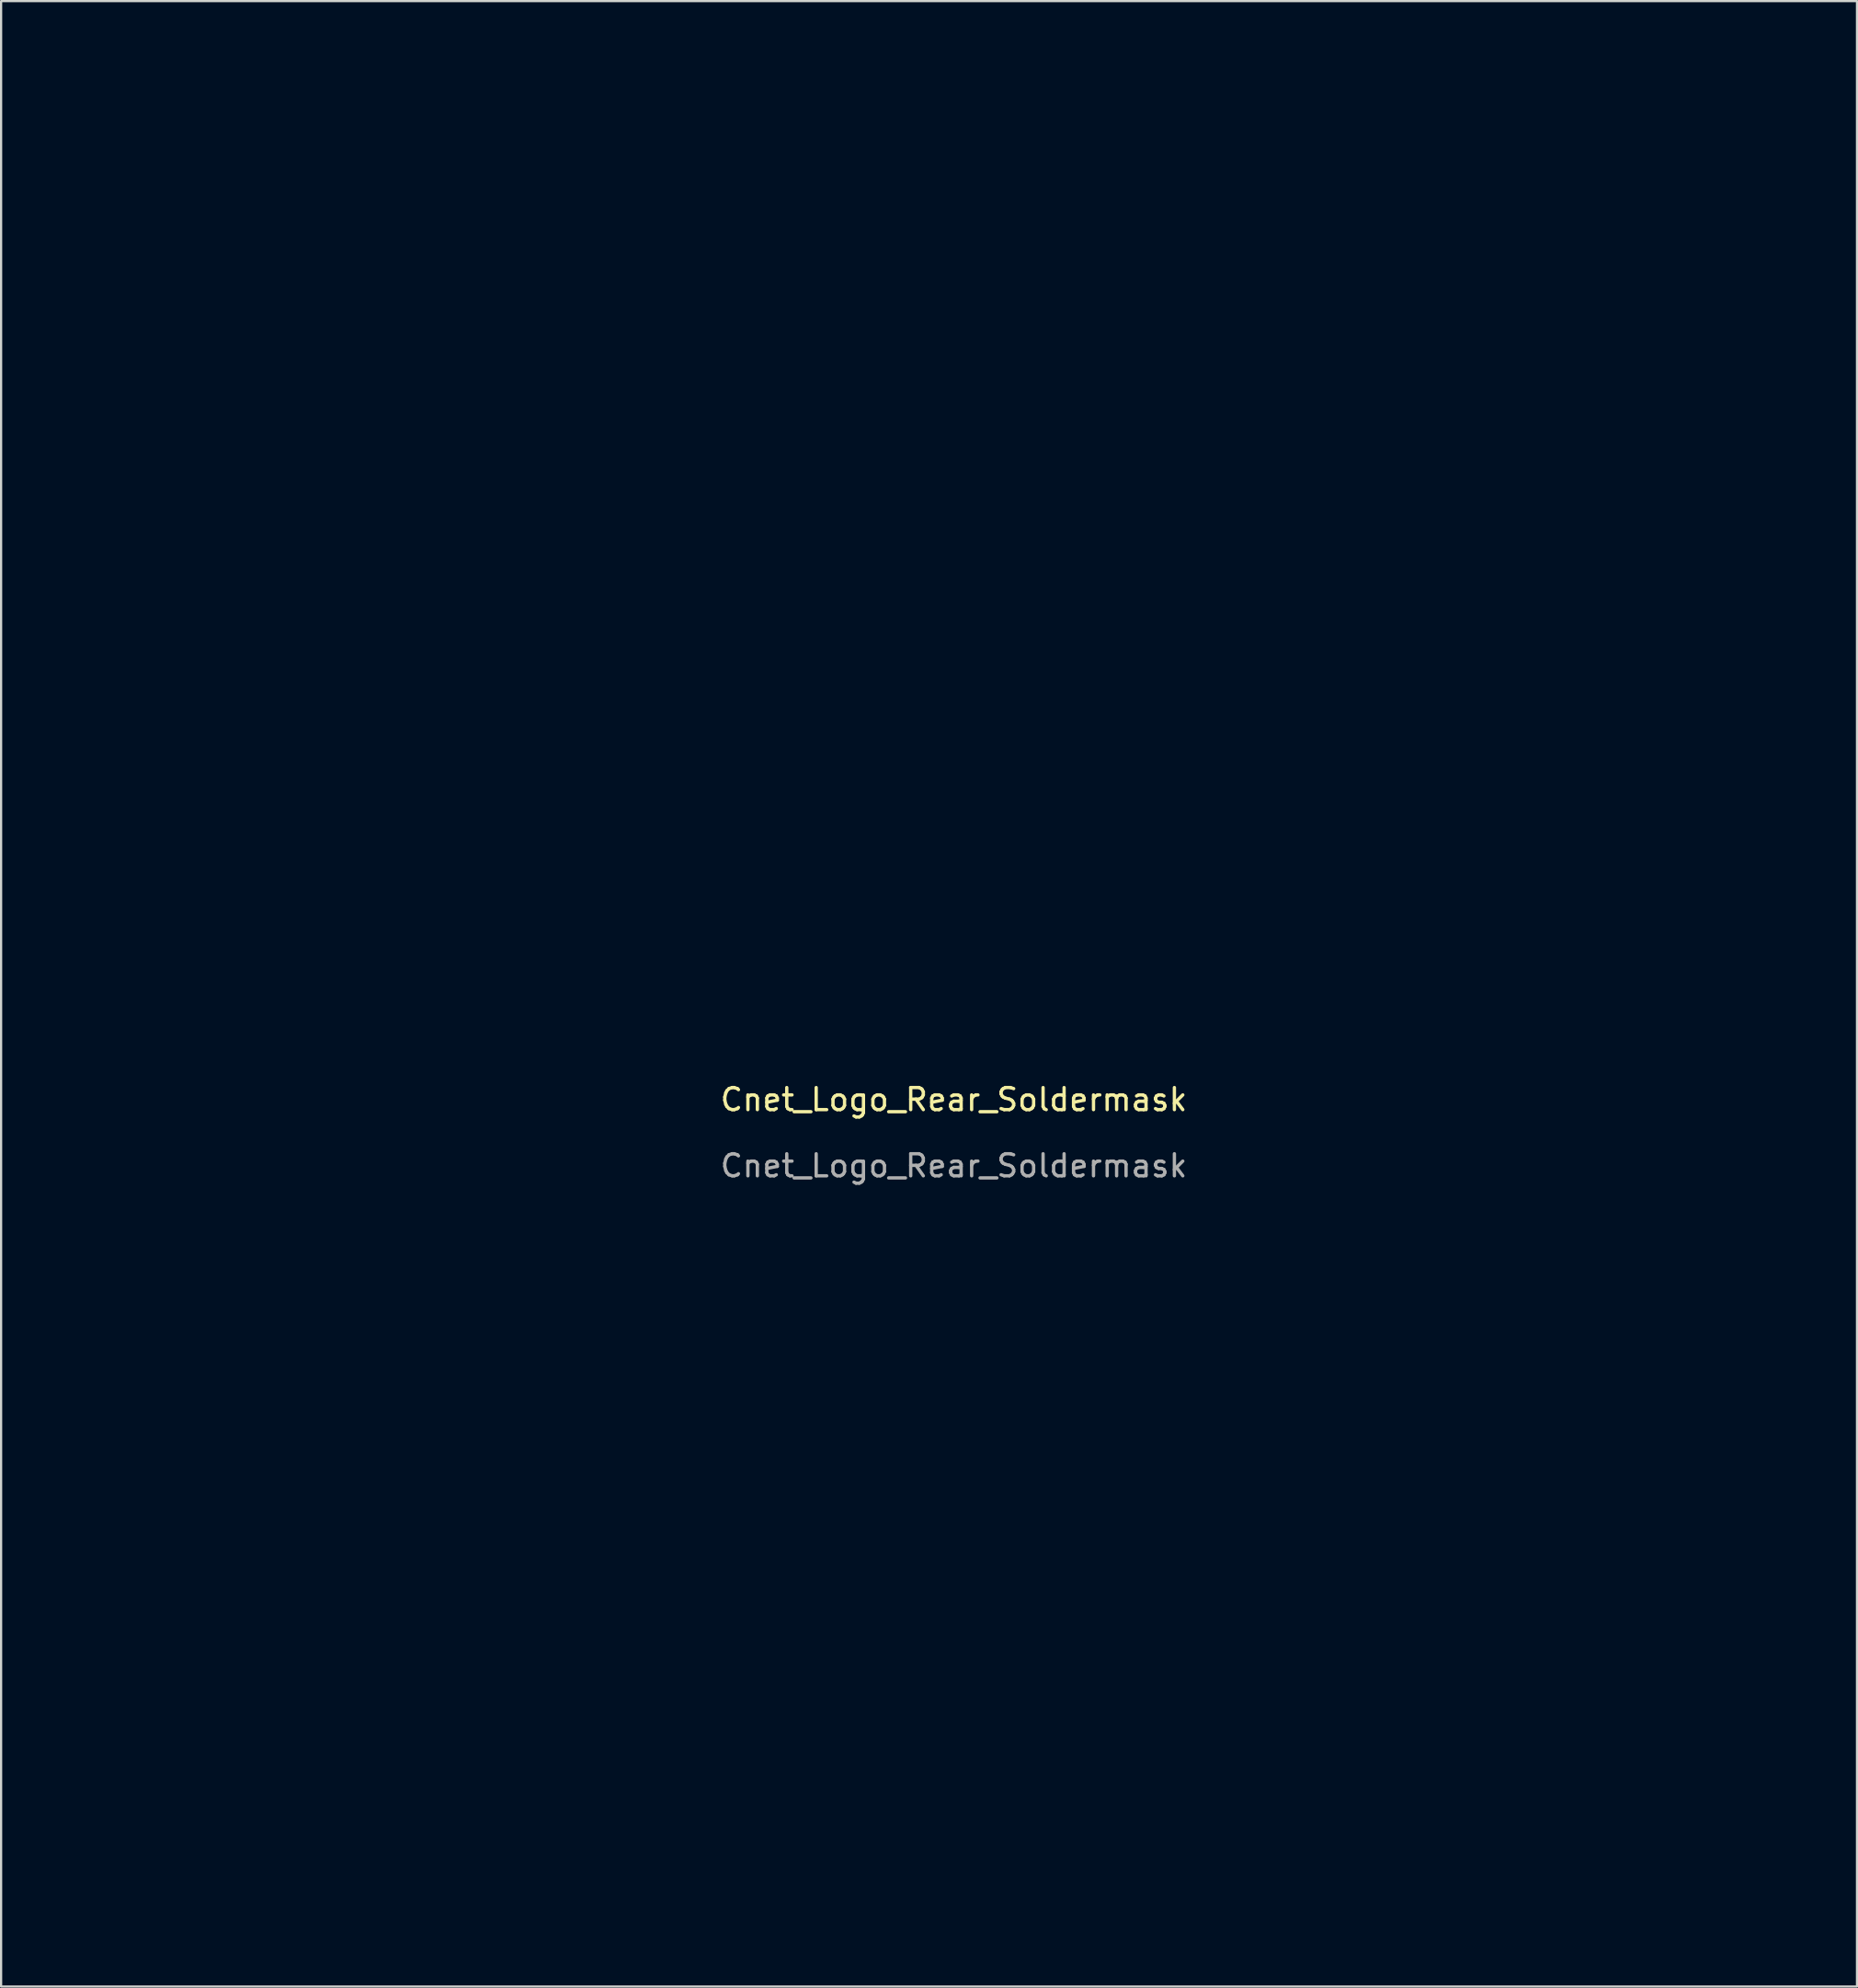
<source format=kicad_pcb>
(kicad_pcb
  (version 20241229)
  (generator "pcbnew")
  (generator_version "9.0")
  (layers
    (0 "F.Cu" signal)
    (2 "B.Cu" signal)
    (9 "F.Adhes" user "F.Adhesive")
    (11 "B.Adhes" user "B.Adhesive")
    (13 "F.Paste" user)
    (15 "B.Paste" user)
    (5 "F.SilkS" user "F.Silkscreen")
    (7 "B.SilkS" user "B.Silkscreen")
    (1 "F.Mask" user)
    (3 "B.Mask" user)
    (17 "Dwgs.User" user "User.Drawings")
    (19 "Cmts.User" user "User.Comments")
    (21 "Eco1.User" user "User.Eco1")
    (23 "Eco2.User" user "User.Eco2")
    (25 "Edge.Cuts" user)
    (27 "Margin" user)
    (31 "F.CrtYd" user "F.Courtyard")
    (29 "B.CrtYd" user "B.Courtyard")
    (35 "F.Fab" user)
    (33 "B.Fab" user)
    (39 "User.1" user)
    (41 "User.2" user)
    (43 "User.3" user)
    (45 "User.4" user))
  (footprint "Cnet_Logo_Rear_Soldermask"
    (layer "F.Cu")
    (at 40.187 47.287)
    (property "Reference" "Cnet_Logo_Rear_Soldermask" (at 0 -0.5 0) (unlocked yes) (layer "F.SilkS") (effects (font (size 1 1) (thickness 0.15))))
    (fp_poly (pts (xy -13.6 -21.55) (xy -13.65 -21.5) (xy -13.7 -21.55) (xy -13.65 -21.6)) (stroke (width 0) (type solid)) (fill yes) (layer "F.Mask"))
    (fp_poly (pts (xy -10.5 -46.05) (xy -10.55 -46) (xy -10.6 -46.05) (xy -10.55 -46.1)) (stroke (width 0) (type solid)) (fill yes) (layer "F.Mask"))
    (fp_poly (pts (xy -6.3 -21.85) (xy -6.35 -21.8) (xy -6.4 -21.85) (xy -6.35 -21.9)) (stroke (width 0) (type solid)) (fill yes) (layer "F.Mask"))
    (fp_poly (pts (xy 7.8 -46.65) (xy 7.75 -46.6) (xy 7.7 -46.65) (xy 7.75 -46.7)) (stroke (width 0) (type solid)) (fill yes) (layer "F.Mask"))
    (fp_poly (pts (xy 10.8 -21.55) (xy 10.75 -21.5) (xy 10.7 -21.55) (xy 10.75 -21.6)) (stroke (width 0) (type solid)) (fill yes) (layer "F.Mask"))
    (fp_poly (pts (xy 10.9 -46.05) (xy 10.85 -46) (xy 10.8 -46.05) (xy 10.85 -46.1)) (stroke (width 0) (type solid)) (fill yes) (layer "F.Mask"))
    (fp_poly (pts (xy 12.2 -18.15) (xy 12.15 -18.1) (xy 12.1 -18.15) (xy 12.15 -18.2)) (stroke (width 0) (type solid)) (fill yes) (layer "F.Mask"))
    (fp_poly (pts (xy 14.6 -19.25) (xy 14.55 -19.2) (xy 14.5 -19.25) (xy 14.55 -19.3)) (stroke (width 0) (type solid)) (fill yes) (layer "F.Mask"))
    (fp_poly (pts (xy 15.2 -22.25) (xy 15.15 -22.2) (xy 15.1 -22.25) (xy 15.15 -22.3)) (stroke (width 0) (type solid)) (fill yes) (layer "F.Mask"))
    (fp_poly (pts (xy 18.5 -24.45) (xy 18.45 -24.4) (xy 18.4 -24.45) (xy 18.45 -24.5)) (stroke (width 0) (type solid)) (fill yes) (layer "F.Mask"))
    (fp_poly (pts (xy 19.1 -22.25) (xy 19.05 -22.2) (xy 19 -22.25) (xy 19.05 -22.3)) (stroke (width 0) (type solid)) (fill yes) (layer "F.Mask"))
    (fp_poly (pts (xy 23.4 -27.55) (xy 23.35 -27.5) (xy 23.3 -27.55) (xy 23.35 -27.6)) (stroke (width 0) (type solid)) (fill yes) (layer "F.Mask"))
    (fp_poly (pts (xy 29.6 -36.55) (xy 29.55 -36.5) (xy 29.5 -36.55) (xy 29.55 -36.6)) (stroke (width 0) (type solid)) (fill yes) (layer "F.Mask"))
    (fp_poly (pts (xy 32.6 -34.25) (xy 32.55 -34.2) (xy 32.5 -34.25) (xy 32.55 -34.3)) (stroke (width 0) (type solid)) (fill yes) (layer "F.Mask"))
    (fp_poly (pts (xy 34.8 -25.95) (xy 34.75 -25.9) (xy 34.7 -25.95) (xy 34.75 -26)) (stroke (width 0) (type solid)) (fill yes) (layer "F.Mask"))
    (fp_poly (pts (xy -7.333 -46.667) (xy -7.347 -46.607) (xy -7.4 -46.6) (xy -7.482 -46.637) (xy -7.467 -46.667) (xy -7.348 -46.679)) (stroke (width 0) (type solid)) (fill yes) (layer "F.Mask"))
    (fp_poly (pts (xy -6.675 -46.766) (xy -6.662 -46.73) (xy -6.8 -46.716) (xy -6.942 -46.732) (xy -6.925 -46.766) (xy -6.72 -46.779)) (stroke (width 0) (type solid)) (fill yes) (layer "F.Mask"))
    (fp_poly (pts (xy -0.775 -13.966) (xy -0.762 -13.93) (xy -0.9 -13.916) (xy -1.042 -13.932) (xy -1.025 -13.966) (xy -0.82 -13.979)) (stroke (width 0) (type solid)) (fill yes) (layer "F.Mask"))
    (fp_poly (pts (xy 7.173 -46.76) (xy 7.143 -46.715) (xy 7.042 -46.708) (xy 6.935 -46.732) (xy 6.981 -46.768) (xy 7.138 -46.78)) (stroke (width 0) (type solid)) (fill yes) (layer "F.Mask"))
    (fp_poly (pts (xy 9.525 -21.066) (xy 9.538 -21.03) (xy 9.4 -21.016) (xy 9.258 -21.032) (xy 9.275 -21.066) (xy 9.48 -21.079)) (stroke (width 0) (type solid)) (fill yes) (layer "F.Mask"))
    (fp_poly (pts (xy 17.325 -34.666) (xy 17.338 -34.63) (xy 17.2 -34.616) (xy 17.058 -34.632) (xy 17.075 -34.666) (xy 17.28 -34.679)) (stroke (width 0) (type solid)) (fill yes) (layer "F.Mask"))
    (fp_poly (pts (xy 29.767 -36.867) (xy 29.779 -36.748) (xy 29.767 -36.733) (xy 29.707 -36.747) (xy 29.7 -36.8) (xy 29.737 -36.882)) (stroke (width 0) (type solid)) (fill yes) (layer "F.Mask"))
    (fp_poly (pts (xy 30.367 -36.367) (xy 30.379 -36.248) (xy 30.367 -36.233) (xy 30.307 -36.247) (xy 30.3 -36.3) (xy 30.337 -36.382)) (stroke (width 0) (type solid)) (fill yes) (layer "F.Mask"))
    (fp_poly (pts (xy 34.125 -23.466) (xy 34.138 -23.43) (xy 34 -23.416) (xy 33.858 -23.432) (xy 33.875 -23.466) (xy 34.08 -23.479)) (stroke (width 0) (type solid)) (fill yes) (layer "F.Mask"))
    (fp_poly (pts (xy -3.025 -47.169) (xy -2.994 -47.14) (xy -3.132 -47.124) (xy -3.2 -47.123) (xy -3.382 -47.134) (xy -3.403 -47.16) (xy -3.375 -47.169) (xy -3.121 -47.184)) (stroke (width 0) (type solid)) (fill yes) (layer "F.Mask"))
    (fp_poly (pts (xy 3.625 -47.171) (xy 3.672 -47.146) (xy 3.547 -47.13) (xy 3.4 -47.127) (xy 3.184 -47.135) (xy 3.124 -47.155) (xy 3.175 -47.171) (xy 3.466 -47.187)) (stroke (width 0) (type solid)) (fill yes) (layer "F.Mask"))
    (fp_poly (pts (xy 21.269 -22.335) (xy 21.25 -22.3) (xy 21.156 -22.204) (xy 21.138 -22.2) (xy 21.131 -22.265) (xy 21.15 -22.3) (xy 21.244 -22.396) (xy 21.262 -22.4)) (stroke (width 0) (type solid)) (fill yes) (layer "F.Mask"))
    (fp_poly (pts (xy 23.175 -23.369) (xy 23.206 -23.34) (xy 23.068 -23.324) (xy 23 -23.323) (xy 22.818 -23.334) (xy 22.797 -23.36) (xy 22.825 -23.369) (xy 23.079 -23.384)) (stroke (width 0) (type solid)) (fill yes) (layer "F.Mask"))
    (fp_poly (pts (xy 36.825 -26.371) (xy 36.872 -26.346) (xy 36.747 -26.33) (xy 36.6 -26.327) (xy 36.384 -26.335) (xy 36.324 -26.355) (xy 36.375 -26.371) (xy 36.666 -26.387)) (stroke (width 0) (type solid)) (fill yes) (layer "F.Mask"))
    (fp_poly (pts (xy 36.825 -29.834) (xy 36.9 -29.75) (xy 36.965 -29.635) (xy 36.86 -29.601) (xy 36.815 -29.6) (xy 36.663 -29.645) (xy 36.664 -29.75) (xy 36.728 -29.881) (xy 36.748 -29.9)) (stroke (width 0) (type solid)) (fill yes) (layer "F.Mask"))
    (fp_poly (pts (xy 0.965 -47.277) (xy 1.025 -47.275) (xy 1.217 -47.265) (xy 1.222 -47.256) (xy 1.054 -47.249) (xy 0.726 -47.244) (xy 0.25 -47.242) (xy 0.1 -47.242) (xy -0.412 -47.243) (xy -0.781 -47.247) (xy -0.994 -47.254) (xy -1.036 -47.262) (xy -0.895 -47.272) (xy -0.825 -47.275) (xy -0.257 -47.286) (xy 0.382 -47.287)) (stroke (width 0) (type solid)) (fill yes) (layer "F.Mask"))
    (fp_poly (pts (xy 18.043 -21.681) (xy 18.279 -21.531) (xy 18.475 -21.37) (xy 18.664 -21.079) (xy 18.671 -20.739) (xy 18.497 -20.379) (xy 18.441 -20.308) (xy 18.267 -20.127) (xy 18.087 -20.035) (xy 17.825 -20.003) (xy 17.624 -20) (xy 17.333 -20.01) (xy 17.156 -20.034) (xy 17.127 -20.06) (xy 17.102 -20.158) (xy 16.959 -20.316) (xy 16.937 -20.335) (xy 16.738 -20.599) (xy 16.645 -20.981) (xy 16.643 -21) (xy 16.628 -21.238) (xy 16.64 -21.341) (xy 16.658 -21.325) (xy 16.771 -21.206) (xy 16.867 -21.242) (xy 16.874 -21.389) (xy 16.905 -21.576) (xy 17.062 -21.687) (xy 17.248 -21.741) (xy 17.3 -21.698) (xy 17.386 -21.624) (xy 17.55 -21.6) (xy 17.738 -21.635) (xy 17.8 -21.704) (xy 17.868 -21.746)) (stroke (width 0) (type solid)) (fill yes) (layer "F.Mask"))
    (fp_poly (pts (xy 28.733 10.473) (xy 29.122 10.549) (xy 29.351 10.714) (xy 29.412 10.938) (xy 29.295 11.189) (xy 29.025 11.414) (xy 28.61 11.688) (xy 28.168 12.011) (xy 27.75 12.344) (xy 27.407 12.646) (xy 27.211 12.85) (xy 26.927 13.171) (xy 26.573 13.53) (xy 26.19 13.894) (xy 25.818 14.224) (xy 25.494 14.487) (xy 25.259 14.644) (xy 25.228 14.659) (xy 24.922 14.77) (xy 24.682 14.778) (xy 24.442 14.703) (xy 24.288 14.572) (xy 24.082 14.304) (xy 23.849 13.947) (xy 23.617 13.549) (xy 23.414 13.155) (xy 23.266 12.813) (xy 23.201 12.571) (xy 23.2 12.549) (xy 23.272 12.41) (xy 23.453 12.198) (xy 23.695 11.962) (xy 23.947 11.751) (xy 24.16 11.611) (xy 24.173 11.605) (xy 24.613 11.412) (xy 25.003 11.254) (xy 25.311 11.143) (xy 25.502 11.092) (xy 25.545 11.108) (xy 25.561 11.194) (xy 25.594 11.2) (xy 25.688 11.119) (xy 25.7 11.05) (xy 25.786 10.929) (xy 25.937 10.9) (xy 26.18 10.867) (xy 26.498 10.784) (xy 26.6 10.75) (xy 26.946 10.638) (xy 27.13 10.607) (xy 27.171 10.654) (xy 27.15 10.7) (xy 27.181 10.779) (xy 27.294 10.8) (xy 27.466 10.752) (xy 27.485 10.648) (xy 27.375 10.566) (xy 27.392 10.536) (xy 27.564 10.508) (xy 27.842 10.485) (xy 28.181 10.471) (xy 28.535 10.468)) (stroke (width 0) (type solid)) (fill yes) (layer "F.Mask"))
    (fp_poly (pts (xy -19.084 6.063) (xy -18.866 6.229) (xy -18.801 6.429) (xy -18.856 6.597) (xy -18.994 6.818) (xy -19.178 7.051) (xy -19.369 7.251) (xy -19.53 7.375) (xy -19.625 7.382) (xy -19.63 7.372) (xy -19.663 7.362) (xy -19.677 7.5) (xy -19.721 7.857) (xy -19.836 8.313) (xy -19.998 8.79) (xy -20.111 9.057) (xy -20.227 9.333) (xy -20.294 9.545) (xy -20.3 9.593) (xy -20.344 9.744) (xy -20.46 10.009) (xy -20.598 10.286) (xy -20.762 10.631) (xy -20.934 11.046) (xy -21.092 11.475) (xy -21.218 11.863) (xy -21.29 12.152) (xy -21.3 12.243) (xy -21.344 12.417) (xy -21.46 12.718) (xy -21.626 13.096) (xy -21.817 13.502) (xy -22.011 13.886) (xy -22.185 14.2) (xy -22.308 14.385) (xy -22.634 14.658) (xy -23.001 14.749) (xy -23.276 14.694) (xy -23.49 14.537) (xy -23.615 14.357) (xy -23.659 14.1) (xy -23.6 14.1) (xy -23.563 14.182) (xy -23.533 14.167) (xy -23.521 14.048) (xy -23.533 14.033) (xy -23.593 14.047) (xy -23.6 14.1) (xy -23.659 14.1) (xy -23.667 14.054) (xy -23.554 13.71) (xy -23.269 13.309) (xy -23.093 13.117) (xy -22.877 12.871) (xy -22.734 12.667) (xy -22.698 12.579) (xy -22.674 12.51) (xy -22.608 12.59) (xy -22.542 12.65) (xy -22.518 12.527) (xy -22.517 12.49) (xy -22.455 11.942) (xy -22.292 11.396) (xy -22.055 10.933) (xy -21.934 10.775) (xy -21.753 10.553) (xy -21.652 10.355) (xy -21.607 10.105) (xy -21.596 9.732) (xy -21.596 9.725) (xy -21.573 9.282) (xy -21.541 9.142) (xy -21.492 9.142) (xy -21.474 9.271) (xy -21.44 9.273) (xy -21.416 9.139) (xy -21.432 9.081) (xy -21.476 9.043) (xy -21.492 9.142) (xy -21.541 9.142) (xy -21.498 8.953) (xy -21.354 8.654) (xy -21.351 8.65) (xy -21.222 8.433) (xy -21.167 8.433) (xy -21.153 8.493) (xy -21.1 8.5) (xy -21.018 8.463) (xy -21.033 8.433) (xy -21.152 8.421) (xy -21.167 8.433) (xy -21.222 8.433) (xy -21.036 8.121) (xy -20.812 7.731) (xy -20.664 7.452) (xy -20.575 7.254) (xy -20.538 7.136) (xy -20.422 6.899) (xy -20.209 6.619) (xy -20.046 6.45) (xy -18.981 6.45) (xy -18.97 6.621) (xy -18.938 6.636) (xy -18.934 6.627) (xy -18.915 6.428) (xy -18.931 6.327) (xy -18.963 6.286) (xy -18.98 6.419) (xy -18.981 6.45) (xy -20.046 6.45) (xy -19.945 6.344) (xy -19.68 6.124) (xy -19.461 6.008) (xy -19.411 6)) (stroke (width 0) (type solid)) (fill yes) (layer "F.Mask"))
    (fp_poly (pts (xy 29.4 -36.395) (xy 29.4 -36.393) (xy 29.489 -36.334) (xy 29.709 -36.302) (xy 29.789 -36.3) (xy 30.101 -36.259) (xy 30.237 -36.149) (xy 30.327 -36.031) (xy 30.372 -36.024) (xy 30.486 -35.976) (xy 30.705 -35.824) (xy 30.991 -35.6) (xy 31.305 -35.338) (xy 31.608 -35.07) (xy 31.863 -34.831) (xy 32.029 -34.651) (xy 32.073 -34.573) (xy 32.132 -34.47) (xy 32.2 -34.454) (xy 32.322 -34.367) (xy 32.35 -34.25) (xy 32.422 -34.081) (xy 32.523 -34.049) (xy 32.667 -33.979) (xy 32.91 -33.788) (xy 33.23 -33.5) (xy 33.601 -33.142) (xy 34.001 -32.738) (xy 34.404 -32.314) (xy 34.787 -31.896) (xy 35.126 -31.508) (xy 35.396 -31.177) (xy 35.574 -30.927) (xy 35.635 -30.784) (xy 35.631 -30.77) (xy 35.633 -30.715) (xy 35.671 -30.732) (xy 35.807 -30.715) (xy 35.943 -30.608) (xy 36.048 -30.456) (xy 36.002 -30.373) (xy 35.981 -30.363) (xy 35.917 -30.319) (xy 36 -30.318) (xy 36.202 -30.29) (xy 36.4 -30.222) (xy 36.545 -30.141) (xy 36.496 -30.107) (xy 36.482 -30.106) (xy 36.317 -30.014) (xy 36.229 -29.797) (xy 36.243 -29.524) (xy 36.252 -29.495) (xy 36.325 -29.354) (xy 36.443 -29.389) (xy 36.483 -29.42) (xy 36.507 -29.415) (xy 36.418 -29.286) (xy 36.236 -29.059) (xy 36.187 -29) (xy 35.665 -28.512) (xy 35.062 -28.198) (xy 34.364 -28.054) (xy 33.755 -28.055) (xy 33.424 -28.071) (xy 33.199 -28.067) (xy 33.125 -28.042) (xy 33.128 -28.039) (xy 33.093 -27.959) (xy 32.917 -27.839) (xy 32.65 -27.701) (xy 32.341 -27.568) (xy 32.038 -27.462) (xy 31.792 -27.405) (xy 31.732 -27.4) (xy 31.531 -27.43) (xy 31.237 -27.509) (xy 30.898 -27.618) (xy 30.561 -27.741) (xy 30.275 -27.859) (xy 30.088 -27.957) (xy 30.046 -28.012) (xy 30.004 -28.055) (xy 29.826 -28.086) (xy 29.574 -28.102) (xy 29.312 -28.097) (xy 29.102 -28.069) (xy 29.1 -28.069) (xy 28.548 -27.851) (xy 28.143 -27.534) (xy 27.891 -27.148) (xy 27.8 -26.721) (xy 27.878 -26.28) (xy 28.132 -25.855) (xy 28.437 -25.566) (xy 28.868 -25.358) (xy 29.398 -25.296) (xy 29.986 -25.383) (xy 30.191 -25.447) (xy 30.426 -25.515) (xy 30.546 -25.52) (xy 30.548 -25.497) (xy 30.526 -25.407) (xy 30.615 -25.429) (xy 30.764 -25.55) (xy 30.89 -25.622) (xy 31.117 -25.669) (xy 31.478 -25.695) (xy 31.982 -25.703) (xy 32.528 -25.714) (xy 33.095 -25.742) (xy 33.596 -25.781) (xy 33.791 -25.802) (xy 34.222 -25.847) (xy 34.498 -25.844) (xy 34.658 -25.792) (xy 34.677 -25.778) (xy 34.817 -25.716) (xy 34.946 -25.827) (xy 34.948 -25.831) (xy 35.109 -25.965) (xy 35.36 -26.094) (xy 35.641 -26.197) (xy 35.892 -26.254) (xy 36.053 -26.244) (xy 36.078 -26.216) (xy 36.197 -26.146) (xy 36.47 -26.106) (xy 36.664 -26.1) (xy 36.984 -26.116) (xy 37.142 -26.161) (xy 37.15 -26.2) (xy 37.126 -26.295) (xy 37.227 -26.275) (xy 37.425 -26.151) (xy 37.598 -26.016) (xy 37.796 -25.831) (xy 37.899 -25.654) (xy 37.938 -25.406) (xy 37.944 -25.167) (xy 37.938 -24.851) (xy 37.891 -24.633) (xy 37.768 -24.438) (xy 37.538 -24.191) (xy 37.492 -24.145) (xy 37.034 -23.687) (xy 35.805 -23.6) (xy 35.028 -23.564) (xy 34.392 -23.574) (xy 33.988 -23.618) (xy 33.513 -23.675) (xy 33.217 -23.647) (xy 33.102 -23.534) (xy 33.1 -23.51) (xy 33.183 -23.412) (xy 33.275 -23.379) (xy 33.239 -23.361) (xy 33.031 -23.333) (xy 32.678 -23.297) (xy 32.21 -23.258) (xy 31.707 -23.22) (xy 30.964 -23.173) (xy 30.415 -23.153) (xy 30.054 -23.158) (xy 29.876 -23.188) (xy 29.862 -23.198) (xy 29.703 -23.262) (xy 29.436 -23.293) (xy 29.136 -23.294) (xy 28.882 -23.262) (xy 28.75 -23.2) (xy 28.799 -23.135) (xy 29.018 -23.094) (xy 29.169 -23.085) (xy 29.258 -23.074) (xy 29.168 -23.056) (xy 28.919 -23.032) (xy 28.532 -23.005) (xy 28.4 -22.997) (xy 27.827 -22.958) (xy 27.24 -22.905) (xy 26.715 -22.847) (xy 26.384 -22.801) (xy 25.961 -22.74) (xy 25.659 -22.726) (xy 25.404 -22.76) (xy 25.141 -22.838) (xy 24.825 -22.933) (xy 24.565 -22.992) (xy 24.482 -23) (xy 24.33 -23.047) (xy 24.3 -23.104) (xy 24.225 -23.186) (xy 24.175 -23.185) (xy 23.91 -23.208) (xy 23.676 -23.342) (xy 23.57 -23.503) (xy 23.496 -23.63) (xy 23.326 -23.688) (xy 23.072 -23.7) (xy 22.771 -23.666) (xy 22.542 -23.581) (xy 22.431 -23.469) (xy 22.461 -23.373) (xy 22.42 -23.299) (xy 22.252 -23.183) (xy 22.017 -23.054) (xy 21.773 -22.945) (xy 21.581 -22.886) (xy 21.525 -22.884) (xy 21.425 -22.822) (xy 21.4 -22.704) (xy 21.331 -22.534) (xy 21.2 -22.5) (xy 21.032 -22.428) (xy 21 -22.312) (xy 20.908 -22.138) (xy 20.653 -22.031) (xy 20.35 -22.002) (xy 20.048 -22.034) (xy 19.747 -22.117) (xy 19.511 -22.227) (xy 19.402 -22.341) (xy 19.4 -22.355) (xy 19.31 -22.469) (xy 19.1 -22.5) (xy 18.889 -22.47) (xy 18.8 -22.399) (xy 18.8 -22.398) (xy 18.729 -22.365) (xy 18.551 -22.426) (xy 18.314 -22.553) (xy 18.07 -22.718) (xy 17.87 -22.891) (xy 17.817 -22.951) (xy 17.682 -23.183) (xy 17.682 -23.425) (xy 17.708 -23.528) (xy 17.855 -23.812) (xy 18.003 -23.967) (xy 37.033 -23.967) (xy 37.047 -23.907) (xy 37.1 -23.9) (xy 37.182 -23.937) (xy 37.167 -23.967) (xy 37.048 -23.979) (xy 37.033 -23.967) (xy 18.003 -23.967) (xy 18.096 -24.063) (xy 18.362 -24.223) (xy 18.498 -24.25) (xy 18.632 -24.33) (xy 18.65 -24.4) (xy 18.736 -24.564) (xy 18.939 -24.695) (xy 19.176 -24.75) (xy 19.278 -24.736) (xy 19.384 -24.714) (xy 19.317 -24.777) (xy 19.265 -24.875) (xy 19.386 -24.952) (xy 19.653 -24.995) (xy 19.815 -25) (xy 20.02 -25.021) (xy 20.071 -25.108) (xy 20.053 -25.192) (xy 20.047 -25.376) (xy 20.096 -25.447) (xy 20.182 -25.601) (xy 20.193 -25.843) (xy 20.192 -25.85) (xy 20.3 -25.85) (xy 20.35 -25.8) (xy 20.4 -25.85) (xy 20.35 -25.9) (xy 20.3 -25.85) (xy 20.192 -25.85) (xy 20.148 -26.031) (xy 21.319 -26.031) (xy 21.357 -25.698) (xy 21.575 -25.346) (xy 21.764 -25.146) (xy 21.954 -25.046) (xy 22.227 -25.011) (xy 22.375 -25.007) (xy 22.724 -25.023) (xy 22.886 -25.086) (xy 22.901 -25.125) (xy 22.989 -25.288) (xy 23.211 -25.46) (xy 23.505 -25.605) (xy 23.81 -25.691) (xy 23.928 -25.7) (xy 24.172 -25.679) (xy 24.25 -25.607) (xy 24.241 -25.562) (xy 24.269 -25.456) (xy 24.469 -25.392) (xy 24.553 -25.381) (xy 24.81 -25.372) (xy 24.944 -25.445) (xy 25.003 -25.559) (xy 25.151 -25.798) (xy 25.271 -25.915) (xy 25.581 -26.215) (xy 25.809 -26.574) (xy 25.909 -26.919) (xy 25.91 -26.938) (xy 25.92 -27.142) (xy 25.945 -27.158) (xy 26 -27) (xy 26.05 -26.871) (xy 26.076 -26.903) (xy 26.089 -27.114) (xy 26.09 -27.164) (xy 26.065 -27.477) (xy 25.967 -27.628) (xy 25.945 -27.638) (xy 25.841 -27.646) (xy 25.862 -27.574) (xy 25.854 -27.538) (xy 25.734 -27.625) (xy 25.506 -27.727) (xy 25.144 -27.788) (xy 24.709 -27.804) (xy 24.264 -27.772) (xy 23.899 -27.7) (xy 23.623 -27.65) (xy 23.517 -27.7) (xy 23.406 -27.789) (xy 23.238 -27.787) (xy 23.114 -27.705) (xy 23.1 -27.653) (xy 23.017 -27.551) (xy 22.807 -27.401) (xy 22.524 -27.235) (xy 22.225 -27.084) (xy 21.966 -26.98) (xy 21.85 -26.952) (xy 21.775 -26.865) (xy 21.778 -26.812) (xy 21.719 -26.687) (xy 21.603 -26.63) (xy 21.439 -26.548) (xy 21.4 -26.482) (xy 21.466 -26.438) (xy 21.525 -26.461) (xy 21.562 -26.454) (xy 21.475 -26.334) (xy 21.475 -26.334) (xy 21.319 -26.031) (xy 20.148 -26.031) (xy 20.135 -26.081) (xy 20.056 -26.195) (xy 19.895 -26.252) (xy 19.641 -26.274) (xy 19.36 -26.264) (xy 19.117 -26.225) (xy 18.98 -26.163) (xy 18.969 -26.129) (xy 18.894 -26.049) (xy 18.678 -25.944) (xy 18.469 -25.87) (xy 18.053 -25.771) (xy 17.704 -25.772) (xy 17.55 -25.801) (xy 16.85 -25.895) (xy 16.219 -25.84) (xy 15.771 -25.68) (xy 15.486 -25.554) (xy 15.253 -25.487) (xy 15.187 -25.485) (xy 15.015 -25.426) (xy 14.965 -25.354) (xy 14.851 -25.219) (xy 14.786 -25.2) (xy 14.616 -25.14) (xy 14.508 -25.066) (xy 14.332 -24.957) (xy 14.026 -24.804) (xy 13.639 -24.627) (xy 13.221 -24.447) (xy 12.82 -24.286) (xy 12.486 -24.165) (xy 12.268 -24.103) (xy 12.234 -24.1) (xy 12.023 -24.056) (xy 11.744 -23.946) (xy 11.68 -23.915) (xy 11.448 -23.813) (xy 11.363 -23.82) (xy 11.37 -23.865) (xy 11.34 -23.983) (xy 11.272 -24) (xy 11.125 -23.917) (xy 11.077 -23.821) (xy 10.957 -23.677) (xy 10.72 -23.549) (xy 10.665 -23.531) (xy 10.448 -23.481) (xy 10.352 -23.492) (xy 10.356 -23.509) (xy 10.328 -23.587) (xy 10.256 -23.6) (xy 10.12 -23.523) (xy 10.1 -23.45) (xy 10.051 -23.317) (xy 10.009 -23.3) (xy 9.879 -23.23) (xy 9.664 -23.047) (xy 9.404 -22.795) (xy 9.142 -22.514) (xy 8.919 -22.246) (xy 8.802 -22.081) (xy 8.648 -21.793) (xy 8.62 -21.594) (xy 8.721 -21.413) (xy 8.839 -21.291) (xy 8.989 -21.098) (xy 9.031 -20.939) (xy 9.029 -20.93) (xy 9.057 -20.843) (xy 9.244 -20.804) (xy 9.4 -20.8) (xy 9.666 -20.815) (xy 9.77 -20.869) (xy 9.764 -20.95) (xy 9.773 -21.079) (xy 9.828 -21.101) (xy 9.997 -21.145) (xy 10.234 -21.25) (xy 10.238 -21.252) (xy 10.506 -21.343) (xy 10.648 -21.302) (xy 10.799 -21.254) (xy 10.889 -21.38) (xy 10.901 -21.492) (xy 10.98 -21.64) (xy 10.989 -21.65) (xy 11 -21.65) (xy 11.05 -21.6) (xy 11.1 -21.65) (xy 11.05 -21.7) (xy 11 -21.65) (xy 10.989 -21.65) (xy 11.186 -21.855) (xy 11.474 -22.102) (xy 11.8 -22.344) (xy 12.119 -22.547) (xy 12.385 -22.675) (xy 12.403 -22.681) (xy 12.926 -22.802) (xy 13.498 -22.863) (xy 14.035 -22.858) (xy 14.393 -22.802) (xy 14.657 -22.714) (xy 14.734 -22.639) (xy 14.697 -22.598) (xy 14.635 -22.512) (xy 14.706 -22.376) (xy 14.831 -22.241) (xy 15.019 -22.083) (xy 15.149 -22.026) (xy 15.167 -22.033) (xy 15.25 -22.002) (xy 15.365 -21.838) (xy 15.368 -21.831) (xy 15.449 -21.616) (xy 15.402 -21.502) (xy 15.39 -21.494) (xy 15.328 -21.373) (xy 15.4 -21.247) (xy 15.534 -21.2) (xy 15.65 -21.116) (xy 15.765 -20.913) (xy 15.77 -20.899) (xy 15.822 -20.713) (xy 15.801 -20.651) (xy 15.792 -20.655) (xy 15.725 -20.614) (xy 15.7 -20.45) (xy 15.73 -20.269) (xy 15.825 -20.265) (xy 15.825 -20.265) (xy 15.871 -20.255) (xy 15.8 -20.113) (xy 15.789 -20.096) (xy 15.539 -19.827) (xy 15.203 -19.606) (xy 14.852 -19.473) (xy 14.575 -19.458) (xy 14.364 -19.468) (xy 14.287 -19.408) (xy 14.264 -19.209) (xy 14.262 -19.196) (xy 14.17 -19.057) (xy 13.99 -18.935) (xy 13.869 -18.902) (xy 13.833 -18.963) (xy 13.85 -19) (xy 13.842 -19.092) (xy 13.806 -19.1) (xy 13.712 -19.019) (xy 13.7 -18.95) (xy 13.628 -18.817) (xy 13.566 -18.8) (xy 13.411 -18.755) (xy 13.147 -18.637) (xy 12.894 -18.506) (xy 12.552 -18.338) (xy 12.336 -18.284) (xy 12.229 -18.317) (xy 12.041 -18.378) (xy 11.868 -18.31) (xy 11.8 -18.16) (xy 11.715 -18.013) (xy 11.514 -17.934) (xy 11.277 -17.954) (xy 11.264 -17.958) (xy 11.127 -17.961) (xy 11.1 -17.911) (xy 11.18 -17.801) (xy 11.225 -17.79) (xy 11.237 -17.764) (xy 11.108 -17.715) (xy 10.893 -17.656) (xy 10.648 -17.603) (xy 10.426 -17.57) (xy 10.4 -17.568) (xy 10.199 -17.519) (xy 10.12 -17.45) (xy 10.019 -17.34) (xy 9.81 -17.201) (xy 9.77 -17.179) (xy 9.541 -17.071) (xy 9.373 -17.013) (xy 9.303 -17.014) (xy 9.373 -17.082) (xy 9.4 -17.1) (xy 9.468 -17.169) (xy 9.363 -17.196) (xy 9.275 -17.198) (xy 9.066 -17.161) (xy 9 -17.074) (xy 9.104 -16.975) (xy 9.125 -16.966) (xy 9.098 -16.941) (xy 8.91 -16.92) (xy 8.602 -16.908) (xy 8.564 -16.908) (xy 8.2 -16.911) (xy 8 -16.934) (xy 7.928 -16.987) (xy 7.936 -17.05) (xy 7.922 -17.179) (xy 7.855 -17.2) (xy 7.707 -17.138) (xy 7.683 -17.098) (xy 7.598 -17.096) (xy 7.422 -17.209) (xy 7.324 -17.292) (xy 7.135 -17.5) (xy 7.2 -17.5) (xy 7.237 -17.418) (xy 7.267 -17.433) (xy 7.279 -17.552) (xy 7.267 -17.567) (xy 7.207 -17.553) (xy 7.2 -17.5) (xy 7.135 -17.5) (xy 7.107 -17.53) (xy 7.016 -17.773) (xy 7.002 -18.019) (xy 7.032 -18.38) (xy 7.112 -18.623) (xy 7.228 -18.709) (xy 7.236 -18.709) (xy 7.3 -18.75) (xy 7.3 -18.95) (xy 7.228 -19.083) (xy 7.165 -19.1) (xy 7.002 -19.169) (xy 6.85 -19.3) (xy 6.653 -19.452) (xy 6.496 -19.5) (xy 6.334 -19.584) (xy 6.271 -19.7) (xy 6.151 -19.862) (xy 5.965 -19.892) (xy 5.797 -19.79) (xy 5.749 -19.696) (xy 5.6 -19.517) (xy 5.396 -19.434) (xy 5.197 -19.375) (xy 5.124 -19.313) (xy 5.093 -19.192) (xy 4.993 -18.973) (xy 4.965 -18.92) (xy 4.879 -18.712) (xy 4.831 -18.461) (xy 4.817 -18.112) (xy 4.828 -17.647) (xy 4.843 -17.201) (xy 4.838 -16.908) (xy 4.805 -16.721) (xy 4.737 -16.593) (xy 4.64 -16.491) (xy 4.452 -16.356) (xy 4.232 -16.317) (xy 3.982 -16.342) (xy 3.669 -16.376) (xy 3.236 -16.408) (xy 2.723 -16.435) (xy 2.171 -16.456) (xy 1.619 -16.471) (xy 1.108 -16.478) (xy 0.678 -16.477) (xy 0.369 -16.466) (xy 0.224 -16.445) (xy -0.003 -16.389) (xy -0.1 -16.388) (xy -0.192 -16.384) (xy -0.12 -16.32) (xy -0.047 -16.224) (xy -0.145 -16.104) (xy -0.145 -16.104) (xy -0.228 -15.942) (xy -0.282 -15.662) (xy -0.304 -15.334) (xy -0.292 -15.026) (xy -0.243 -14.807) (xy -0.2 -14.75) (xy -0.104 -14.591) (xy -0.147 -14.367) (xy -0.314 -14.144) (xy -0.317 -14.14) (xy -0.448 -14.041) (xy -0.471 -14.059) (xy -0.468 -14.065) (xy -0.504 -14.154) (xy -0.734 -14.21) (xy -0.779 -14.215) (xy -1.195 -14.23) (xy -1.423 -14.177) (xy -1.466 -14.057) (xy -1.463 -14.047) (xy -1.514 -13.947) (xy -1.727 -13.867) (xy -2.063 -13.813) (xy -2.483 -13.79) (xy -2.95 -13.801) (xy -3.2 -13.823) (xy -3.393 -13.805) (xy -3.45 -13.671) (xy -3.45 -13.66) (xy -3.534 -13.473) (xy -3.65 -13.392) (xy -3.753 -13.33) (xy -3.71 -13.307) (xy -3.63 -13.273) (xy -3.696 -13.16) (xy -3.735 -13.117) (xy -3.863 -12.932) (xy -3.9 -12.82) (xy -3.982 -12.67) (xy -4.183 -12.5) (xy -4.43 -12.355) (xy -4.654 -12.282) (xy -4.716 -12.282) (xy -4.92 -12.238) (xy -5.14 -12.087) (xy -5.145 -12.082) (xy -5.402 -11.851) (xy -5.635 -11.673) (xy -5.841 -11.449) (xy -5.989 -11.144) (xy -5.995 -11.123) (xy -6.122 -10.778) (xy -6.298 -10.456) (xy -6.492 -10.199) (xy -6.67 -10.054) (xy -6.768 -10.043) (xy -6.913 -10.016) (xy -6.972 -9.896) (xy -7.099 -9.711) (xy -7.335 -9.532) (xy -7.596 -9.416) (xy -7.706 -9.4) (xy -7.869 -9.354) (xy -8.151 -9.233) (xy -8.497 -9.065) (xy -8.854 -8.879) (xy -9.168 -8.7) (xy -9.385 -8.558) (xy -9.438 -8.511) (xy -9.542 -8.336) (xy -9.672 -8.035) (xy -9.792 -7.7) (xy -9.886 -7.435) (xy -9.994 -7.205) (xy -10.143 -6.976) (xy -10.358 -6.713) (xy -10.666 -6.38) (xy -11.085 -5.95) (xy -11.487 -5.531) (xy -11.86 -5.125) (xy -12.17 -4.769) (xy -12.384 -4.5) (xy -12.435 -4.425) (xy -12.623 -4.177) (xy -12.802 -4.02) (xy -12.876 -3.992) (xy -12.967 -3.965) (xy -12.93 -3.935) (xy -12.928 -3.838) (xy -13.035 -3.615) (xy -13.233 -3.295) (xy -13.504 -2.905) (xy -13.828 -2.475) (xy -14.187 -2.031) (xy -14.307 -1.89) (xy -14.588 -1.528) (xy -14.844 -1.14) (xy -15.005 -0.84) (xy -15.202 -0.402) (xy -15.34 -0.115) (xy -15.443 0.056) (xy -15.529 0.143) (xy -15.621 0.18) (xy -15.644 0.185) (xy -15.914 0.304) (xy -16.105 0.508) (xy -16.165 0.736) (xy -16.154 0.788) (xy -16.156 1.048) (xy -16.269 1.331) (xy -16.44 1.523) (xy -16.597 1.565) (xy -16.878 1.593) (xy -17.08 1.598) (xy -17.559 1.642) (xy -17.945 1.79) (xy -18.299 2.074) (xy -18.541 2.346) (xy -18.85 2.645) (xy -19.257 2.934) (xy -19.701 3.179) (xy -20.121 3.345) (xy -20.431 3.4) (xy -20.745 3.48) (xy -21.083 3.688) (xy -21.377 3.973) (xy -21.515 4.182) (xy -21.634 4.37) (xy -21.715 4.4) (xy -21.726 4.38) (xy -21.81 4.304) (xy -21.851 4.323) (xy -21.864 4.448) (xy -21.816 4.531) (xy -21.779 4.713) (xy -21.835 5.008) (xy -21.968 5.363) (xy -22.16 5.725) (xy -22.219 5.815) (xy -22.372 6.194) (xy -22.377 6.61) (xy -22.234 6.98) (xy -22.2 7.027) (xy -22.039 7.286) (xy -21.995 7.532) (xy -22.08 7.79) (xy -22.305 8.086) (xy -22.682 8.445) (xy -22.972 8.691) (xy -23.284 8.962) (xy -23.544 9.215) (xy -23.704 9.402) (xy -23.719 9.426) (xy -23.781 9.635) (xy -23.826 9.973) (xy -23.846 10.369) (xy -23.847 10.398) (xy -23.85 11.146) (xy -24.294 11.391) (xy -24.596 11.534) (xy -24.754 11.548) (xy -24.777 11.518) (xy -24.883 11.407) (xy -24.919 11.4) (xy -24.979 11.473) (xy -24.964 11.55) (xy -24.978 11.679) (xy -25.045 11.7) (xy -25.303 11.792) (xy -25.57 12.046) (xy -25.817 12.424) (xy -26.008 12.875) (xy -26.11 13.19) (xy -26.166 13.432) (xy -26.181 13.662) (xy -26.154 13.944) (xy -26.09 14.34) (xy -26.062 14.497) (xy -25.959 15.047) (xy -25.837 15.65) (xy -25.719 16.194) (xy -25.694 16.3) (xy -25.599 16.762) (xy -25.534 17.197) (xy -25.501 17.567) (xy -25.503 17.835) (xy -25.543 17.964) (xy -25.579 17.963) (xy -25.649 18) (xy -25.667 18.082) (xy -25.705 18.296) (xy -25.779 18.55) (xy -25.886 18.863) (xy -26 19.197) (xy -26.002 19.2) (xy -26.089 19.496) (xy -26.186 19.885) (xy -26.245 20.157) (xy -26.363 20.585) (xy -26.539 21.063) (xy -26.684 21.385) (xy -26.846 21.738) (xy -26.959 22.055) (xy -27 22.259) (xy -27.032 22.427) (xy -27.1 22.45) (xy -27.185 22.474) (xy -27.2 22.55) (xy -27.158 22.661) (xy -27.111 22.657) (xy -27.069 22.721) (xy -27.038 22.942) (xy -27.023 23.275) (xy -27.022 23.364) (xy -27.032 23.744) (xy -27.06 23.96) (xy -27.104 23.996) (xy -27.11 23.988) (xy -27.173 23.943) (xy -27.198 24.083) (xy -27.198 24.131) (xy -27.17 24.316) (xy -27.1 24.35) (xy -27.03 24.39) (xy -27 24.586) (xy -27 24.604) (xy -26.903 25.048) (xy -26.627 25.465) (xy -26.286 25.76) (xy -26.076 25.886) (xy -25.846 25.97) (xy -25.54 26.024) (xy -25.105 26.063) (xy -24.952 26.073) (xy -24.525 26.106) (xy -24.237 26.147) (xy -24.111 26.191) (xy -24.118 26.214) (xy -24.113 26.263) (xy -23.93 26.292) (xy -23.725 26.298) (xy -23.407 26.278) (xy -23.233 26.226) (xy -23.219 26.159) (xy -23.379 26.097) (xy -23.525 26.072) (xy -23.641 26.048) (xy -23.56 26.028) (xy -23.3 26.015) (xy -22.87 25.974) (xy -22.423 25.892) (xy -22.259 25.849) (xy -22.187 25.833) (xy -21.667 25.833) (xy -21.653 25.893) (xy -21.6 25.9) (xy -21.518 25.863) (xy -21.533 25.833) (xy -21.652 25.821) (xy -21.667 25.833) (xy -22.187 25.833) (xy -21.98 25.789) (xy -21.613 25.743) (xy -21.201 25.713) (xy -20.787 25.699) (xy -20.415 25.702) (xy -20.126 25.723) (xy -19.966 25.763) (xy -19.95 25.8) (xy -19.919 25.879) (xy -19.806 25.9) (xy -19.64 25.864) (xy -19.6 25.812) (xy -19.51 25.755) (xy -19.278 25.703) (xy -19.075 25.678) (xy -18.527 25.556) (xy -17.95 25.279) (xy -17.49 25.047) (xy -17.358 25.047) (xy -17.35 25.1) (xy -17.264 25.195) (xy -17.25 25.2) (xy -17.17 25.13) (xy -17.15 25.1) (xy -17.174 25.015) (xy -17.25 25) (xy -17.358 25.047) (xy -17.49 25.047) (xy -17.31 24.957) (xy -16.733 24.774) (xy -16.242 24.736) (xy -16 24.785) (xy -15.745 24.839) (xy -15.362 24.879) (xy -14.924 24.899) (xy -14.81 24.9) (xy -14.214 24.871) (xy -13.643 24.775) (xy -13.048 24.597) (xy -12.402 24.333) (xy 2.333 24.333) (xy 2.347 24.393) (xy 2.4 24.4) (xy 2.482 24.363) (xy 2.467 24.333) (xy 2.348 24.321) (xy 2.333 24.333) (xy -12.402 24.333) (xy -12.378 24.324) (xy -11.867 24.083) (xy -11.492 23.909) (xy -11.17 23.776) (xy -10.954 23.706) (xy -10.912 23.7) (xy -10.698 23.639) (xy -10.629 23.589) (xy -10.533 23.55) (xy -10.1 23.55) (xy -10.05 23.6) (xy -10 23.55) (xy -10.05 23.5) (xy -10.1 23.55) (xy -10.533 23.55) (xy -10.478 23.528) (xy -10.191 23.475) (xy -9.834 23.441) (xy -9.507 23.431) (xy -9.353 23.443) (xy -9.385 23.478) (xy -9.4 23.483) (xy -9.65 23.561) (xy -9.4 23.629) (xy -9.136 23.689) (xy -9.024 23.672) (xy -9.027 23.6) (xy 6.8 23.6) (xy 6.876 23.697) (xy 6.9 23.7) (xy 6.997 23.624) (xy 7 23.6) (xy 6.924 23.503) (xy 6.9 23.5) (xy 6.803 23.576) (xy 6.8 23.6) (xy -9.027 23.6) (xy -9.028 23.571) (xy -9.036 23.55) (xy -9.027 23.441) (xy -8.864 23.401) (xy -8.794 23.4) (xy -8.494 23.36) (xy -8.165 23.262) (xy -8.136 23.251) (xy -7.881 23.17) (xy -7.698 23.157) (xy -7.674 23.166) (xy -7.615 23.168) (xy -7.631 23.13) (xy -7.598 23.035) (xy -7.416 22.947) (xy -7.135 22.878) (xy -6.805 22.839) (xy -6.477 22.841) (xy -6.403 22.85) (xy -6.057 22.857) (xy -5.645 22.81) (xy -5.232 22.722) (xy -4.883 22.607) (xy -4.662 22.479) (xy -4.649 22.465) (xy -4.632 22.45) (xy -4.5 22.45) (xy -4.45 22.5) (xy -4.4 22.45) (xy -4.45 22.4) (xy -4.5 22.45) (xy -4.632 22.45) (xy -4.503 22.333) (xy -4.283 22.166) (xy -4.056 22.01) (xy -3.888 21.912) (xy -3.848 21.9) (xy -3.832 21.964) (xy -3.85 22) (xy -3.82 22.079) (xy -3.709 22.1) (xy -3.561 22.053) (xy -3.562 22.045) (xy -2.778 22.045) (xy -2.709 22.068) (xy -2.479 22.086) (xy -2.127 22.097) (xy -1.817 22.1) (xy -1.384 22.091) (xy -1.045 22.068) (xy -0.842 22.033) (xy -0.8 22.006) (xy -0.891 21.973) (xy -1.13 21.955) (xy -1.465 21.948) (xy -1.845 21.953) (xy -2.217 21.968) (xy -2.531 21.992) (xy -2.734 22.025) (xy -2.778 22.045) (xy -3.562 22.045) (xy -3.564 21.95) (xy -3.562 21.894) (xy -3.49 21.853) (xy -3.322 21.826) (xy -3.031 21.81) (xy -2.591 21.802) (xy -2.001 21.8) (xy -0.38 21.8) (xy 0.285 21.122) (xy 0.675 20.732) (xy 1.007 20.413) (xy 1.264 20.181) (xy 1.425 20.053) (xy 1.474 20.046) (xy 1.46 20.075) (xy 1.465 20.182) (xy 1.541 20.2) (xy 1.648 20.135) (xy 1.643 20.067) (xy 1.688 19.93) (xy 1.92 19.797) (xy 2.327 19.671) (xy 2.895 19.556) (xy 3.55 19.464) (xy 4.75 19.323) (xy 5.25 19.566) (xy 5.583 19.733) (xy 5.881 19.89) (xy 6 19.957) (xy 6.281 20.052) (xy 6.633 20.08) (xy 6.665 20.078) (xy 6.909 20.077) (xy 7.032 20.106) (xy 7.035 20.125) (xy 7.072 20.19) (xy 7.144 20.2) (xy 7.281 20.135) (xy 7.3 20.075) (xy 7.372 19.941) (xy 7.555 19.751) (xy 7.65 19.671) (xy 7.926 19.396) (xy 8.161 19.072) (xy 8.195 19.009) (xy 8.462 18.634) (xy 8.865 18.248) (xy 9.348 17.896) (xy 9.85 17.627) (xy 10.092 17.55) (xy 10.3 17.55) (xy 10.35 17.6) (xy 10.4 17.55) (xy 10.35 17.5) (xy 10.3 17.55) (xy 10.092 17.55) (xy 10.28 17.49) (xy 10.82 17.387) (xy 11.161 17.35) (xy 11.622 17.301) (xy 12.076 17.23) (xy 12.429 17.151) (xy 12.452 17.144) (xy 12.768 17.058) (xy 12.987 17.015) (xy 13.082 17.017) (xy 13.023 17.066) (xy 12.95 17.1) (xy 12.831 17.161) (xy 12.887 17.187) (xy 13.025 17.193) (xy 13.246 17.151) (xy 13.3 17.05) (xy 13.384 16.928) (xy 13.507 16.9) (xy 13.785 16.85) (xy 14.03 16.679) (xy 14.276 16.357) (xy 14.392 16.165) (xy 14.786 15.626) (xy 15.243 15.275) (xy 15.545 15.275) (xy 15.55 15.3) (xy 15.711 15.385) (xy 15.982 15.359) (xy 16.15 15.3) (xy 16.233 15.246) (xy 16.15 15.218) (xy 15.919 15.207) (xy 15.652 15.222) (xy 15.545 15.275) (xy 15.243 15.275) (xy 15.243 15.274) (xy 15.756 15.113) (xy 16.319 15.144) (xy 16.786 15.302) (xy 17.404 15.476) (xy 18.06 15.455) (xy 18.6 15.3) (xy 18.949 15.184) (xy 19.274 15.112) (xy 19.407 15.1) (xy 19.711 15.06) (xy 20.035 14.962) (xy 20.047 14.958) (xy 20.34 14.875) (xy 20.599 14.863) (xy 20.619 14.866) (xy 20.767 14.888) (xy 20.74 14.84) (xy 20.7 14.81) (xy 20.652 14.745) (xy 20.758 14.711) (xy 21.018 14.702) (xy 21.431 14.755) (xy 21.698 14.912) (xy 21.799 15.162) (xy 21.8 15.185) (xy 21.736 15.419) (xy 21.585 15.645) (xy 21.402 15.785) (xy 21.334 15.8) (xy 21.138 15.872) (xy 20.881 16.056) (xy 20.618 16.303) (xy 20.408 16.564) (xy 20.389 16.594) (xy 20.291 16.841) (xy 20.212 17.195) (xy 20.179 17.449) (xy 20.137 17.801) (xy 20.058 18.033) (xy 19.906 18.227) (xy 19.748 18.37) (xy 19.446 18.583) (xy 19.131 18.684) (xy 18.76 18.675) (xy 18.29 18.557) (xy 17.95 18.438) (xy 17.539 18.299) (xy 17.302 18.233) (xy 17.733 18.233) (xy 17.747 18.293) (xy 17.8 18.3) (xy 17.882 18.263) (xy 17.867 18.233) (xy 17.748 18.221) (xy 17.733 18.233) (xy 17.302 18.233) (xy 17.138 18.188) (xy 16.839 18.129) (xy 16.336 18.171) (xy 15.806 18.405) (xy 15.254 18.828) (xy 14.856 19.239) (xy 14.52 19.59) (xy 14.227 19.836) (xy 14.017 19.946) (xy 13.59 20.117) (xy 13.197 20.444) (xy 12.874 20.851) (xy 12.668 21.132) (xy 12.504 21.284) (xy 12.317 21.35) (xy 12.09 21.37) (xy 11.811 21.369) (xy 11.393 21.35) (xy 10.898 21.318) (xy 10.473 21.284) (xy 9.97 21.241) (xy 9.618 21.22) (xy 9.367 21.227) (xy 9.168 21.265) (xy 8.972 21.34) (xy 8.758 21.442) (xy 8.249 21.788) (xy 7.78 22.293) (xy 7.386 22.915) (xy 7.253 23.2) (xy 6.996 23.768) (xy 6.756 24.179) (xy 6.596 24.346) (xy 6.55 24.3) (xy 6.5 24.35) (xy 6.547 24.397) (xy 6.494 24.453) (xy 6.175 24.609) (xy 5.761 24.669) (xy 5.217 24.652) (xy 4.683 24.598) (xy 4.195 24.536) (xy 3.88 24.48) (xy 3.711 24.422) (xy 3.664 24.357) (xy 3.669 24.338) (xy 3.645 24.236) (xy 3.454 24.2) (xy 3.417 24.2) (xy 3.18 24.231) (xy 3.053 24.303) (xy 3.069 24.385) (xy 3.174 24.431) (xy 3.173 24.455) (xy 3.007 24.475) (xy 2.711 24.488) (xy 2.67 24.488) (xy 2.258 24.512) (xy 1.915 24.582) (xy 1.599 24.721) (xy 1.264 24.953) (xy 0.867 25.299) (xy 0.6 25.552) (xy 0.145 25.965) (xy -0.242 26.242) (xy -0.614 26.407) (xy -1.026 26.484) (xy -1.532 26.495) (xy -1.572 26.494) (xy -2.226 26.53) (xy -2.969 26.66) (xy -3.723 26.869) (xy -4.064 26.992) (xy -4.399 27.191) (xy -4.76 27.509) (xy -5.089 27.887) (xy -5.324 28.264) (xy -5.333 28.283) (xy -5.502 28.481) (xy -5.798 28.687) (xy -6.152 28.865) (xy -6.497 28.978) (xy -6.674 29) (xy -6.975 29.059) (xy -7.189 29.163) (xy -7.369 29.266) (xy -7.472 29.238) (xy -7.509 29.188) (xy -7.58 29.113) (xy -7.598 29.225) (xy -7.667 29.36) (xy -7.882 29.4) (xy -8.147 29.433) (xy -8.49 29.515) (xy -8.643 29.563) (xy -8.939 29.653) (xy -9.107 29.668) (xy -9.203 29.609) (xy -9.219 29.588) (xy -9.289 29.505) (xy -9.275 29.597) (xy -9.274 29.6) (xy -9.337 29.724) (xy -9.583 29.843) (xy -9.993 29.951) (xy -10.552 30.043) (xy -10.95 30.088) (xy -11.377 30.147) (xy -11.768 30.23) (xy -12.045 30.321) (xy -12.07 30.333) (xy -12.329 30.446) (xy -12.535 30.499) (xy -12.55 30.5) (xy -12.746 30.544) (xy -13.002 30.651) (xy -13.012 30.656) (xy -13.262 30.752) (xy -13.427 30.718) (xy -13.448 30.701) (xy -13.592 30.646) (xy -13.647 30.695) (xy -13.633 30.79) (xy -13.585 30.8) (xy -13.571 30.833) (xy -13.693 30.916) (xy -13.902 31.023) (xy -14.15 31.132) (xy -14.387 31.217) (xy -14.475 31.241) (xy -14.694 31.314) (xy -15.028 31.45) (xy -15.412 31.623) (xy -15.5 31.665) (xy -15.922 31.866) (xy -16.339 32.063) (xy -16.669 32.215) (xy -16.7 32.229) (xy -17.346 32.531) (xy -17.808 32.77) (xy -18.085 32.946) (xy -18.108 32.965) (xy -18.309 33.078) (xy -18.417 33.1) (xy -18.594 33.169) (xy -18.75 33.3) (xy -18.917 33.449) (xy -19.026 33.5) (xy -19.161 33.558) (xy -19.367 33.701) (xy -19.397 33.725) (xy -19.644 33.91) (xy -19.969 34.132) (xy -20.154 34.25) (xy -20.44 34.429) (xy -20.66 34.567) (xy -20.878 34.708) (xy -21.157 34.891) (xy -21.4 35.05) (xy -21.754 35.282) (xy -22.003 35.445) (xy -22.211 35.578) (xy -22.441 35.721) (xy -22.649 35.85) (xy -22.955 36.051) (xy -23.215 36.24) (xy -23.321 36.329) (xy -23.639 36.545) (xy -24.012 36.679) (xy -24.191 36.7) (xy -24.323 36.629) (xy -24.555 36.436) (xy -24.854 36.15) (xy -25.188 35.8) (xy -25.211 35.775) (xy -25.839 35.075) (xy -26.334 34.498) (xy -26.705 34.03) (xy -26.9 33.75) (xy -19.7 33.75) (xy -19.65 33.8) (xy -19.6 33.75) (xy -19.65 33.7) (xy -19.7 33.75) (xy -26.9 33.75) (xy -26.966 33.655) (xy -27.125 33.358) (xy -27.195 33.124) (xy -27.2 33.05) (xy -27.275 32.86) (xy -27.453 32.642) (xy -27.668 32.465) (xy -27.838 32.4) (xy -27.993 32.457) (xy -28.241 32.606) (xy -28.443 32.75) (xy -28.724 32.942) (xy -28.966 33.069) (xy -29.078 33.1) (xy -29.253 33.047) (xy -29.524 32.911) (xy -29.759 32.768) (xy -30.06 32.577) (xy -30.313 32.43) (xy -30.433 32.37) (xy -30.591 32.287) (xy -30.864 32.121) (xy -31.2 31.904) (xy -31.281 31.85) (xy -31.1 31.85) (xy -31.05 31.9) (xy -31 31.85) (xy -31.05 31.8) (xy -31.1 31.85) (xy -31.281 31.85) (xy -31.314 31.828) (xy -31.66 31.596) (xy -31.956 31.4) (xy -32.153 31.271) (xy -32.186 31.25) (xy -32.342 31.15) (xy -32.613 30.975) (xy -32.948 30.757) (xy -33.036 30.7) (xy -33.384 30.473) (xy -33.637 30.311) (xy -33.844 30.186) (xy -34.056 30.07) (xy -34.325 29.933) (xy -10.567 29.933) (xy -10.553 29.993) (xy -10.5 30) (xy -10.418 29.963) (xy -10.433 29.933) (xy -10.552 29.921) (xy -10.567 29.933) (xy -34.325 29.933) (xy -34.325 29.933) (xy -34.701 29.747) (xy -34.9 29.649) (xy -35.323 29.439) (xy -35.703 29.248) (xy -35.988 29.102) (xy -36.1 29.042) (xy -36.35 28.946) (xy -36.611 28.906) (xy -36.816 28.925) (xy -36.9 29.006) (xy -36.9 29.006) (xy -36.961 29.067) (xy -36.997 29.052) (xy -37.048 28.922) (xy -37.045 28.876) (xy -6.557 28.876) (xy -6.458 28.892) (xy -6.329 28.874) (xy -6.327 28.84) (xy -6.461 28.816) (xy -6.519 28.832) (xy -6.557 28.876) (xy -37.045 28.876) (xy -37.034 28.696) (xy -37.016 28.48) (xy -37.093 28.403) (xy -37.129 28.4) (xy -37.296 28.47) (xy -37.334 28.525) (xy -37.37 28.528) (xy -37.391 28.371) (xy -37.392 28.339) (xy -37.454 28.064) (xy -37.601 27.746) (xy -37.668 27.639) (xy -37.868 27.348) (xy -38.109 27) (xy -36.65 27) (xy -36.527 27.096) (xy -36.5 27.1) (xy -36.37 27.028) (xy -36.35 27) (xy -36.381 26.922) (xy -36.5 26.9) (xy -36.642 26.938) (xy -36.65 27) (xy -38.109 27) (xy -38.123 26.979) (xy -38.343 26.662) (xy -38.588 26.307) (xy -38.823 25.963) (xy -38.981 25.73) (xy -39.105 25.586) (xy -37.551 25.586) (xy -37.515 25.769) (xy -37.44 25.962) (xy -37.402 26.045) (xy -37.235 26.345) (xy -37.048 26.583) (xy -36.978 26.644) (xy -36.695 26.76) (xy -36.338 26.801) (xy -35.986 26.768) (xy -35.719 26.664) (xy -35.666 26.618) (xy -35.655 26.6) (xy -3.4 26.6) (xy -3.328 26.697) (xy -3.306 26.7) (xy -3.17 26.627) (xy -3.15 26.6) (xy -3.173 26.514) (xy -3.244 26.5) (xy -3.381 26.552) (xy -3.4 26.6) (xy -35.655 26.6) (xy -35.511 26.369) (xy -35.44 26.2) (xy -25.7 26.2) (xy -25.619 26.289) (xy -25.55 26.3) (xy -25.417 26.246) (xy -25.4 26.2) (xy -25.481 26.111) (xy -25.55 26.1) (xy -25.683 26.154) (xy -25.7 26.2) (xy -35.44 26.2) (xy -35.354 25.994) (xy -35.218 25.564) (xy -35.126 25.151) (xy -35.1 24.881) (xy -35.06 24.572) (xy -34.95 24.436) (xy -34.829 24.304) (xy -34.805 24.106) (xy -34.892 23.955) (xy -34.892 23.955) (xy -34.989 23.985) (xy -35.031 24.074) (xy -35.061 24.099) (xy -35.085 23.956) (xy -35.091 23.85) (xy -35.201 23.427) (xy -35.473 23.046) (xy -35.87 22.755) (xy -35.939 22.722) (xy -36.143 22.654) (xy -36.337 22.67) (xy -36.606 22.779) (xy -36.651 22.801) (xy -36.874 22.924) (xy -37.039 23.068) (xy -37.163 23.269) (xy -37.261 23.562) (xy -37.35 23.983) (xy -37.446 24.566) (xy -37.447 24.576) (xy -37.516 25.041) (xy -37.551 25.361) (xy -37.551 25.586) (xy -39.105 25.586) (xy -39.226 25.446) (xy -39.52 25.205) (xy -39.556 25.183) (xy -39.783 25.022) (xy -39.89 24.894) (xy -39.863 24.827) (xy -39.7 24.85) (xy -39.538 24.868) (xy -39.493 24.832) (xy -39.464 24.377) (xy -39.453 23.978) (xy -39.46 23.677) (xy -39.485 23.516) (xy -39.5 23.5) (xy -39.551 23.59) (xy -39.6 23.82) (xy -39.623 24.006) (xy -39.682 24.394) (xy -39.774 24.598) (xy -39.91 24.634) (xy -40.055 24.555) (xy -40.187 24.45) (xy -40.149 24.437) (xy -40.03 24.465) (xy -39.939 24.482) (xy -39.867 24.465) (xy -39.811 24.395) (xy -39.769 24.25) (xy -39.737 24.009) (xy -39.713 23.652) (xy -39.694 23.157) (xy -39.677 22.503) (xy -39.66 21.7) (xy -39.631 20.646) (xy -39.621 20.45) (xy -39.588 20.45) (xy -39.583 20.732) (xy -39.554 20.835) (xy -39.495 20.78) (xy -39.493 20.778) (xy -39.445 20.509) (xy -39.487 20.278) (xy -39.543 20.097) (xy -39.572 20.07) (xy -39.584 20.212) (xy -39.588 20.45) (xy -39.621 20.45) (xy -39.588 19.792) (xy -39.533 19.136) (xy -39.466 18.678) (xy -39.46 18.65) (xy -39.38 18.224) (xy -39.324 17.807) (xy -39.304 17.519) (xy -39.281 17.254) (xy -39.226 17.145) (xy -39.2 17.15) (xy -39.124 17.117) (xy -39.102 16.981) (xy -39.117 16.831) (xy -39.175 16.863) (xy -39.2 16.9) (xy -39.278 17) (xy -39.296 16.925) (xy -39.296 16.9) (xy -39.272 16.711) (xy -39.215 16.428) (xy -39.196 16.35) (xy -39.136 16.055) (xy -39.068 15.643) (xy -39.006 15.195) (xy -38.998 15.127) (xy -38.913 14.623) (xy -38.785 14.086) (xy -38.642 13.633) (xy -38.64 13.627) (xy -38.489 13.221) (xy -38.351 12.826) (xy -38.263 12.55) (xy -38.16 12.243) (xy -38.058 11.989) (xy -38.038 11.95) (xy -37.949 11.753) (xy -37.823 11.44) (xy -37.705 11.128) (xy -37.567 10.79) (xy -37.433 10.521) (xy -37.339 10.391) (xy -37.218 10.196) (xy -37.2 10.091) (xy -37.158 9.883) (xy -37.09 9.7) (xy -24 9.7) (xy -23.963 9.782) (xy -23.933 9.767) (xy -23.921 9.648) (xy -23.933 9.633) (xy -23.993 9.647) (xy -24 9.7) (xy -37.09 9.7) (xy -37.055 9.605) (xy -37.03 9.55) (xy -36.934 9.304) (xy -36.91 9.068) (xy -36.953 8.753) (xy -36.975 8.647) (xy -37.037 8.196) (xy -37.005 7.85) (xy -36.983 7.775) (xy -36.847 7.427) (xy -36.789 7.3) (xy -22.2 7.3) (xy -22.163 7.382) (xy -22.133 7.367) (xy -22.121 7.248) (xy -22.133 7.233) (xy -22.193 7.247) (xy -22.2 7.3) (xy -36.789 7.3) (xy -36.627 6.948) (xy -36.561 6.813) (xy -22.6 6.813) (xy -22.563 6.983) (xy -22.485 7.06) (xy -22.416 6.997) (xy -22.443 6.833) (xy -22.489 6.771) (xy -22.581 6.723) (xy -22.6 6.813) (xy -36.561 6.813) (xy -36.344 6.374) (xy -36.07 5.85) (xy -36 5.85) (xy -35.95 5.9) (xy -35.9 5.85) (xy -35.95 5.8) (xy -36 5.85) (xy -36.07 5.85) (xy -36.016 5.747) (xy -35.664 5.103) (xy -35.347 4.55) (xy -35.057 4.049) (xy -34.767 3.532) (xy -34.586 3.2) (xy -20.35 3.2) (xy -20.327 3.286) (xy -20.256 3.3) (xy -20.119 3.248) (xy -20.1 3.2) (xy -20.172 3.103) (xy -20.194 3.1) (xy -20.33 3.173) (xy -20.35 3.2) (xy -34.586 3.2) (xy -34.512 3.063) (xy -34.349 2.75) (xy -34.177 2.426) (xy -34.034 2.191) (xy -33.946 2.085) (xy -33.935 2.084) (xy -33.836 2.044) (xy -33.795 1.993) (xy -33.757 1.835) (xy -33.792 1.688) (xy -33.876 1.638) (xy -33.895 1.647) (xy -33.955 1.585) (xy -34.033 1.375) (xy -34.093 1.144) (xy -34.145 0.875) (xy -34.154 0.655) (xy -34.102 0.447) (xy -33.973 0.212) (xy -33.75 -0.087) (xy -33.416 -0.489) (xy -33.321 -0.6) (xy -33.2 -0.6) (xy -33.163 -0.518) (xy -33.133 -0.533) (xy -33.121 -0.652) (xy -33.133 -0.667) (xy -33.193 -0.653) (xy -33.2 -0.6) (xy -33.321 -0.6) (xy -33.31 -0.613) (xy -33.037 -0.95) (xy -32.803 -1.27) (xy -32.65 -1.513) (xy -32.633 -1.548) (xy -32.521 -1.75) (xy -32.5 -1.75) (xy -32.45 -1.7) (xy -32.4 -1.75) (xy -32.45 -1.8) (xy -32.5 -1.75) (xy -32.521 -1.75) (xy -32.488 -1.809) (xy -32.277 -2.124) (xy -32.173 -2.264) (xy -31.809 -2.732) (xy -31.55 -3.074) (xy -31.377 -3.325) (xy -31.272 -3.519) (xy -31.22 -3.69) (xy -31.201 -3.871) (xy -31.199 -4.096) (xy -31.198 -4.14) (xy -31.186 -4.466) (xy -31.152 -4.623) (xy -31.111 -4.614) (xy -31.008 -4.541) (xy -30.961 -4.582) (xy -30.967 -4.72) (xy -31 -4.75) (xy -31.038 -4.875) (xy -30.939 -5.089) (xy -30.726 -5.36) (xy -30.423 -5.656) (xy -30.222 -5.821) (xy -29.742 -6.237) (xy -29.36 -6.661) (xy -29.108 -7.052) (xy -29.049 -7.198) (xy -28.91 -7.562) (xy -28.7 -8.001) (xy -28.437 -8.488) (xy -28.139 -8.999) (xy -27.822 -9.507) (xy -27.503 -9.987) (xy -27.199 -10.412) (xy -26.928 -10.757) (xy -26.888 -10.8) (xy -26.8 -10.8) (xy -26.763 -10.718) (xy -26.733 -10.733) (xy -26.721 -10.852) (xy -26.733 -10.867) (xy -26.793 -10.853) (xy -26.8 -10.8) (xy -26.888 -10.8) (xy -26.706 -10.995) (xy -26.55 -11.103) (xy -26.488 -11.085) (xy -26.419 -11.014) (xy -26.38 -11.1) (xy -26.36 -11.3) (xy -26.288 -11.433) (xy -26.233 -11.45) (xy -26.062 -11.508) (xy -26.042 -11.525) (xy -26.048 -11.591) (xy -26.102 -11.6) (xy -26.151 -11.641) (xy -26.045 -11.741) (xy -25.862 -11.83) (xy -25.761 -11.826) (xy -25.717 -11.835) (xy -25.738 -11.881) (xy -25.685 -11.964) (xy -25.499 -12.1) (xy -25.231 -12.261) (xy -24.932 -12.419) (xy -24.652 -12.546) (xy -24.443 -12.616) (xy -24.375 -12.62) (xy -24.301 -12.672) (xy -24.3 -12.684) (xy -24.219 -12.783) (xy -24.057 -12.879) (xy -23.872 -13.015) (xy -23.632 -13.262) (xy -23.415 -13.529) (xy -23.19 -13.829) (xy -22.995 -14.077) (xy -22.882 -14.21) (xy -22.733 -14.377) (xy -22.533 -14.613) (xy -22.49 -14.665) (xy -22.304 -14.865) (xy -22.013 -15.15) (xy -21.662 -15.477) (xy -21.425 -15.69) (xy -21.011 -16.04) (xy -20.716 -16.253) (xy -20.522 -16.34) (xy -20.45 -16.336) (xy -20.323 -16.327) (xy -20.317 -16.46) (xy -20.282 -16.61) (xy -20.183 -16.725) (xy 0.725 -16.725) (xy 0.771 -16.625) (xy 0.9 -16.6) (xy 1.059 -16.646) (xy 1.075 -16.725) (xy 0.952 -16.841) (xy 0.9 -16.85) (xy 0.75 -16.771) (xy 0.725 -16.725) (xy -20.183 -16.725) (xy -20.111 -16.808) (xy -19.783 -17.076) (xy -19.751 -17.1) (xy -19.213 -17.489) (xy -18.692 -17.846) (xy -18.216 -18.154) (xy -17.813 -18.395) (xy -17.514 -18.549) (xy -17.352 -18.6) (xy -17.218 -18.645) (xy -17.2 -18.684) (xy -17.117 -18.787) (xy -16.926 -18.89) (xy -16.719 -18.953) (xy -16.592 -18.945) (xy -16.488 -18.975) (xy -16.432 -19.069) (xy -16.316 -19.255) (xy -16.099 -19.506) (xy -15.819 -19.786) (xy -15.512 -20.064) (xy -15.488 -20.083) (xy -11.269 -20.083) (xy -11.14 -19.891) (xy -10.976 -19.691) (xy -10.89 -19.523) (xy -10.778 -19.359) (xy -10.676 -19.365) (xy -10.506 -19.423) (xy -10.223 -19.482) (xy -10.081 -19.502) (xy -9.819 -19.522) (xy -9.673 -19.506) (xy -9.662 -19.481) (xy -9.65 -19.412) (xy -9.475 -19.403) (xy -9.425 -19.407) (xy -9.369 -19.49) (xy -9.372 -19.532) (xy -9.303 -19.646) (xy -9.069 -19.839) (xy -8.866 -19.839) (xy -8.85 -19.8) (xy -8.76 -19.705) (xy -8.744 -19.7) (xy -8.701 -19.777) (xy -8.7 -19.8) (xy -8.777 -19.896) (xy -8.806 -19.9) (xy -8.866 -19.839) (xy -9.069 -19.839) (xy -9.067 -19.841) (xy -8.659 -20.116) (xy -8.078 -20.476) (xy -7.953 -20.55) (xy -7.7 -20.55) (xy -7.65 -20.5) (xy -7.6 -20.55) (xy -7.65 -20.6) (xy -7.7 -20.55) (xy -7.953 -20.55) (xy -7.641 -20.735) (xy -7.317 -20.935) (xy -7.295 -20.95) (xy -7 -20.95) (xy -6.95 -20.9) (xy -6.9 -20.95) (xy -6.95 -21) (xy -7 -20.95) (xy -7.295 -20.95) (xy -7.054 -21.116) (xy -6.909 -21.239) (xy -6.728 -21.34) (xy -6.618 -21.335) (xy -6.514 -21.313) (xy -6.586 -21.378) (xy -6.671 -21.475) (xy -6.586 -21.56) (xy -6.37 -21.639) (xy -6.3 -21.647) (xy -6.212 -21.735) (xy -6.176 -21.953) (xy -6.188 -22.239) (xy -6.244 -22.533) (xy -6.339 -22.771) (xy -6.385 -22.835) (xy -6.501 -22.99) (xy -6.525 -23.06) (xy -6.509 -23.204) (xy -6.679 -23.284) (xy -6.9 -23.3) (xy -7.182 -23.27) (xy -7.295 -23.191) (xy -7.224 -23.075) (xy -7.142 -23.021) (xy -7.085 -22.961) (xy -7.204 -22.928) (xy -7.341 -22.92) (xy -7.665 -22.862) (xy -7.95 -22.741) (xy -7.954 -22.738) (xy -8.121 -22.648) (xy -8.181 -22.654) (xy -8.18 -22.66) (xy -8.225 -22.765) (xy -8.25 -22.775) (xy -8.342 -22.722) (xy -8.35 -22.675) (xy -8.436 -22.576) (xy -8.66 -22.448) (xy -8.901 -22.346) (xy -9.479 -22.09) (xy -10.009 -21.777) (xy -10.472 -21.426) (xy -10.849 -21.061) (xy -11.12 -20.701) (xy -11.267 -20.368) (xy -11.269 -20.083) (xy -15.488 -20.083) (xy -15.264 -20.267) (xy -15.167 -20.267) (xy -15.153 -20.207) (xy -15.1 -20.2) (xy -15.018 -20.237) (xy -15.033 -20.267) (xy -15.152 -20.279) (xy -15.167 -20.267) (xy -15.264 -20.267) (xy -15.217 -20.305) (xy -14.97 -20.476) (xy -14.81 -20.545) (xy -14.783 -20.539) (xy -14.707 -20.568) (xy -14.698 -20.619) (xy -14.615 -20.765) (xy -14.413 -20.945) (xy -14.16 -21.113) (xy -13.92 -21.226) (xy -13.768 -21.243) (xy -13.62 -21.274) (xy -13.546 -21.413) (xy -13.5 -21.54) (xy -13.436 -21.651) (xy -13.324 -21.773) (xy -13.133 -21.937) (xy -12.837 -22.168) (xy -12.5 -22.424) (xy -12.466 -22.45) (xy -12.3 -22.45) (xy -12.25 -22.4) (xy -12.2 -22.45) (xy -12.25 -22.5) (xy -12.3 -22.45) (xy -12.466 -22.45) (xy -12.134 -22.702) (xy -11.797 -22.958) (xy -11.543 -23.151) (xy -11.475 -23.203) (xy -11.298 -23.324) (xy -11.246 -23.312) (xy -11.261 -23.257) (xy -11.26 -23.124) (xy -11.211 -23.1) (xy -11.117 -23.182) (xy -11.1 -23.275) (xy -11.025 -23.409) (xy -10.836 -23.609) (xy -10.585 -23.831) (xy -10.365 -24) (xy -10.25 -24) (xy -10.242 -23.908) (xy -10.206 -23.9) (xy -10.104 -23.973) (xy -10.1 -24) (xy -10.134 -24.097) (xy -10.144 -24.1) (xy -10.229 -24.03) (xy -10.25 -24) (xy -10.365 -24) (xy -10.323 -24.032) (xy -10.104 -24.168) (xy -10.003 -24.2) (xy -9.886 -24.273) (xy -9.883 -24.278) (xy -9.786 -24.375) (xy -9.577 -24.525) (xy -9.304 -24.7) (xy -9.013 -24.873) (xy -8.75 -25.015) (xy -8.564 -25.1) (xy -8.5 -25.102) (xy -8.427 -25.003) (xy -8.403 -25) (xy -8.348 -25.073) (xy -8.364 -25.15) (xy -8.347 -25.277) (xy -8.251 -25.3) (xy -8.051 -25.355) (xy -7.815 -25.484) (xy -7.633 -25.591) (xy -7.302 -25.767) (xy -7.14 -25.85) (xy -6.7 -25.85) (xy -6.65 -25.8) (xy -6.6 -25.85) (xy -6.65 -25.9) (xy -6.7 -25.85) (xy -7.14 -25.85) (xy -6.854 -25.997) (xy -6.32 -26.263) (xy -5.839 -26.5) (xy 19.6 -26.5) (xy 19.634 -26.403) (xy 19.644 -26.4) (xy 19.729 -26.47) (xy 19.75 -26.5) (xy 19.742 -26.592) (xy 19.706 -26.6) (xy 19.604 -26.527) (xy 19.6 -26.5) (xy -5.839 -26.5) (xy -5.732 -26.552) (xy -5.123 -26.847) (xy -4.907 -26.95) (xy -4.6 -26.95) (xy -4.55 -26.9) (xy -4.5 -26.95) (xy -4.55 -27) (xy -4.6 -26.95) (xy -4.907 -26.95) (xy -4.524 -27.132) (xy -3.967 -27.391) (xy -3.95 -27.399) (xy -3.507 -27.607) (xy -3.041 -27.832) (xy -2.686 -28.01) (xy -2.368 -28.162) (xy -2.106 -28.267) (xy -1.976 -28.3) (xy -1.806 -28.345) (xy -1.54 -28.458) (xy -1.457 -28.5) (xy -1 -28.5) (xy -0.963 -28.418) (xy -0.933 -28.433) (xy -0.921 -28.552) (xy -0.933 -28.567) (xy -0.993 -28.553) (xy -1 -28.5) (xy -1.457 -28.5) (xy -1.389 -28.534) (xy -1.028 -28.708) (xy -0.656 -28.861) (xy -0.55 -28.898) (xy -0.544 -28.9) (xy 0.05 -28.9) (xy 0.058 -28.808) (xy 0.094 -28.8) (xy 0.196 -28.873) (xy 0.2 -28.9) (xy 0.166 -28.997) (xy 0.156 -29) (xy 0.071 -28.93) (xy 0.05 -28.9) (xy -0.544 -28.9) (xy -0.207 -29.028) (xy 0.175 -29.201) (xy 0.272 -29.25) (xy 0.8 -29.25) (xy 0.85 -29.2) (xy 0.9 -29.25) (xy 0.85 -29.3) (xy 0.8 -29.25) (xy 0.272 -29.25) (xy 0.299 -29.264) (xy 0.596 -29.402) (xy 0.844 -29.487) (xy 0.928 -29.5) (xy 1.117 -29.543) (xy 1.393 -29.65) (xy 1.8 -29.65) (xy 1.85 -29.6) (xy 1.9 -29.65) (xy 1.85 -29.7) (xy 1.8 -29.65) (xy 1.393 -29.65) (xy 1.401 -29.653) (xy 1.578 -29.736) (xy 1.945 -29.904) (xy 2.319 -30.049) (xy 2.45 -30.092) (xy 2.804 -30.209) (xy 3.195 -30.353) (xy 3.3 -30.395) (xy 3.635 -30.522) (xy 4.088 -30.679) (xy 4.605 -30.852) (xy 5.137 -31.022) (xy 5.632 -31.174) (xy 6.039 -31.291) (xy 6.3 -31.356) (xy 6.635 -31.456) (xy 6.739 -31.5) (xy 7.25 -31.5) (xy 7.391 -31.416) (xy 7.506 -31.4) (xy 7.665 -31.443) (xy 7.7 -31.5) (xy 7.614 -31.575) (xy 7.444 -31.6) (xy 7.274 -31.568) (xy 7.25 -31.5) (xy 6.739 -31.5) (xy 6.976 -31.602) (xy 6.999 -31.613) (xy 7.281 -31.736) (xy 7.527 -31.798) (xy 7.56 -31.8) (xy 7.738 -31.831) (xy 7.965 -31.889) (xy 8.7 -31.889) (xy 8.774 -31.812) (xy 8.925 -31.812) (xy 9.041 -31.886) (xy 9.048 -32.015) (xy 9.038 -32.029) (xy 8.904 -32.05) (xy 8.752 -31.978) (xy 8.7 -31.889) (xy 7.965 -31.889) (xy 8.057 -31.913) (xy 8.468 -32.034) (xy 8.829 -32.15) (xy 9.059 -32.224) (xy 9.843 -32.224) (xy 9.942 -32.208) (xy 10.071 -32.226) (xy 10.073 -32.26) (xy 9.939 -32.284) (xy 9.881 -32.268) (xy 9.843 -32.224) (xy 9.059 -32.224) (xy 9.271 -32.292) (xy 9.652 -32.406) (xy 9.927 -32.479) (xy 10.042 -32.5) (xy 10.188 -32.541) (xy 10.474 -32.653) (xy 10.859 -32.819) (xy 11.256 -33) (xy 11.7 -33) (xy 11.776 -32.903) (xy 11.8 -32.9) (xy 11.897 -32.976) (xy 11.9 -33) (xy 11.824 -33.097) (xy 11.8 -33.1) (xy 11.703 -33.024) (xy 11.7 -33) (xy 11.256 -33) (xy 11.304 -33.022) (xy 11.342 -33.04) (xy 12.161 -33.4) (xy 12.4 -33.4) (xy 12.476 -33.303) (xy 12.5 -33.3) (xy 12.597 -33.376) (xy 12.6 -33.4) (xy 12.524 -33.497) (xy 12.5 -33.5) (xy 12.403 -33.424) (xy 12.4 -33.4) (xy 12.161 -33.4) (xy 12.193 -33.414) (xy 12.925 -33.674) (xy 13.577 -33.829) (xy 13.8 -33.852) (xy 15.141 -33.852) (xy 15.15 -33.8) (xy 15.278 -33.704) (xy 15.306 -33.7) (xy 15.397 -33.776) (xy 15.4 -33.8) (xy 15.319 -33.888) (xy 15.244 -33.9) (xy 15.141 -33.852) (xy 13.8 -33.852) (xy 14.186 -33.891) (xy 14.35 -33.893) (xy 14.748 -33.904) (xy 15.092 -33.953) (xy 15.45 -34.057) (xy 15.681 -34.15) (xy 16 -34.15) (xy 16.05 -34.1) (xy 16.1 -34.15) (xy 16.05 -34.2) (xy 16 -34.15) (xy 15.681 -34.15) (xy 15.89 -34.234) (xy 16.1 -34.326) (xy 16.445 -34.465) (xy 16.679 -34.512) (xy 16.861 -34.477) (xy 16.881 -34.468) (xy 17.165 -34.417) (xy 17.438 -34.482) (xy 17.981 -34.594) (xy 18.466 -34.517) (xy 18.539 -34.487) (xy 18.791 -34.428) (xy 18.969 -34.451) (xy 19.077 -34.513) (xy 19.016 -34.565) (xy 18.9 -34.604) (xy 18.784 -34.65) (xy 18.831 -34.676) (xy 19.058 -34.689) (xy 19.109 -34.69) (xy 19.516 -34.728) (xy 19.935 -34.81) (xy 20.009 -34.83) (xy 20.331 -34.904) (xy 20.557 -34.892) (xy 20.689 -34.839) (xy 20.95 -34.763) (xy 21.137 -34.812) (xy 21.2 -34.954) (xy 21.291 -35.09) (xy 21.53 -35.186) (xy 21.867 -35.224) (xy 21.95 -35.222) (xy 22.128 -35.226) (xy 22.117 -35.262) (xy 22.071 -35.283) (xy 22.011 -35.339) (xy 22.103 -35.413) (xy 22.367 -35.517) (xy 22.434 -35.54) (xy 22.763 -35.634) (xy 23.097 -35.681) (xy 23.507 -35.687) (xy 23.914 -35.669) (xy 24.36 -35.637) (xy 24.759 -35.598) (xy 25.049 -35.56) (xy 25.125 -35.545) (xy 25.327 -35.52) (xy 25.397 -35.598) (xy 25.4 -35.638) (xy 25.484 -35.772) (xy 25.628 -35.8) (xy 25.852 -35.825) (xy 26.18 -35.889) (xy 26.403 -35.943) (xy 26.763 -36.016) (xy 26.993 -36.017) (xy 27.045 -35.993) (xy 27.2 -35.933) (xy 27.463 -35.901) (xy 27.532 -35.9) (xy 27.782 -35.913) (xy 27.879 -35.97) (xy 27.871 -36.099) (xy 27.871 -36.1) (xy 27.861 -36.222) (xy 27.944 -36.281) (xy 28.166 -36.299) (xy 28.285 -36.3) (xy 28.652 -36.321) (xy 28.995 -36.373) (xy 29.076 -36.393) (xy 29.311 -36.436)) (stroke (width 0) (type solid)) (fill yes) (layer "F.Mask"))
    (fp_text user "${REFERENCE}" (at 0 2.5 0) (unlocked yes) (layer "F.Fab") (effects (font (size 1 1) (thickness 0.15)))))
  (gr_rect
    (start -3 -3)
    (end 81.131 86.987)
    (stroke (width 0.1) (type default))
    (fill no)
    (layer "Edge.Cuts")))
</source>
